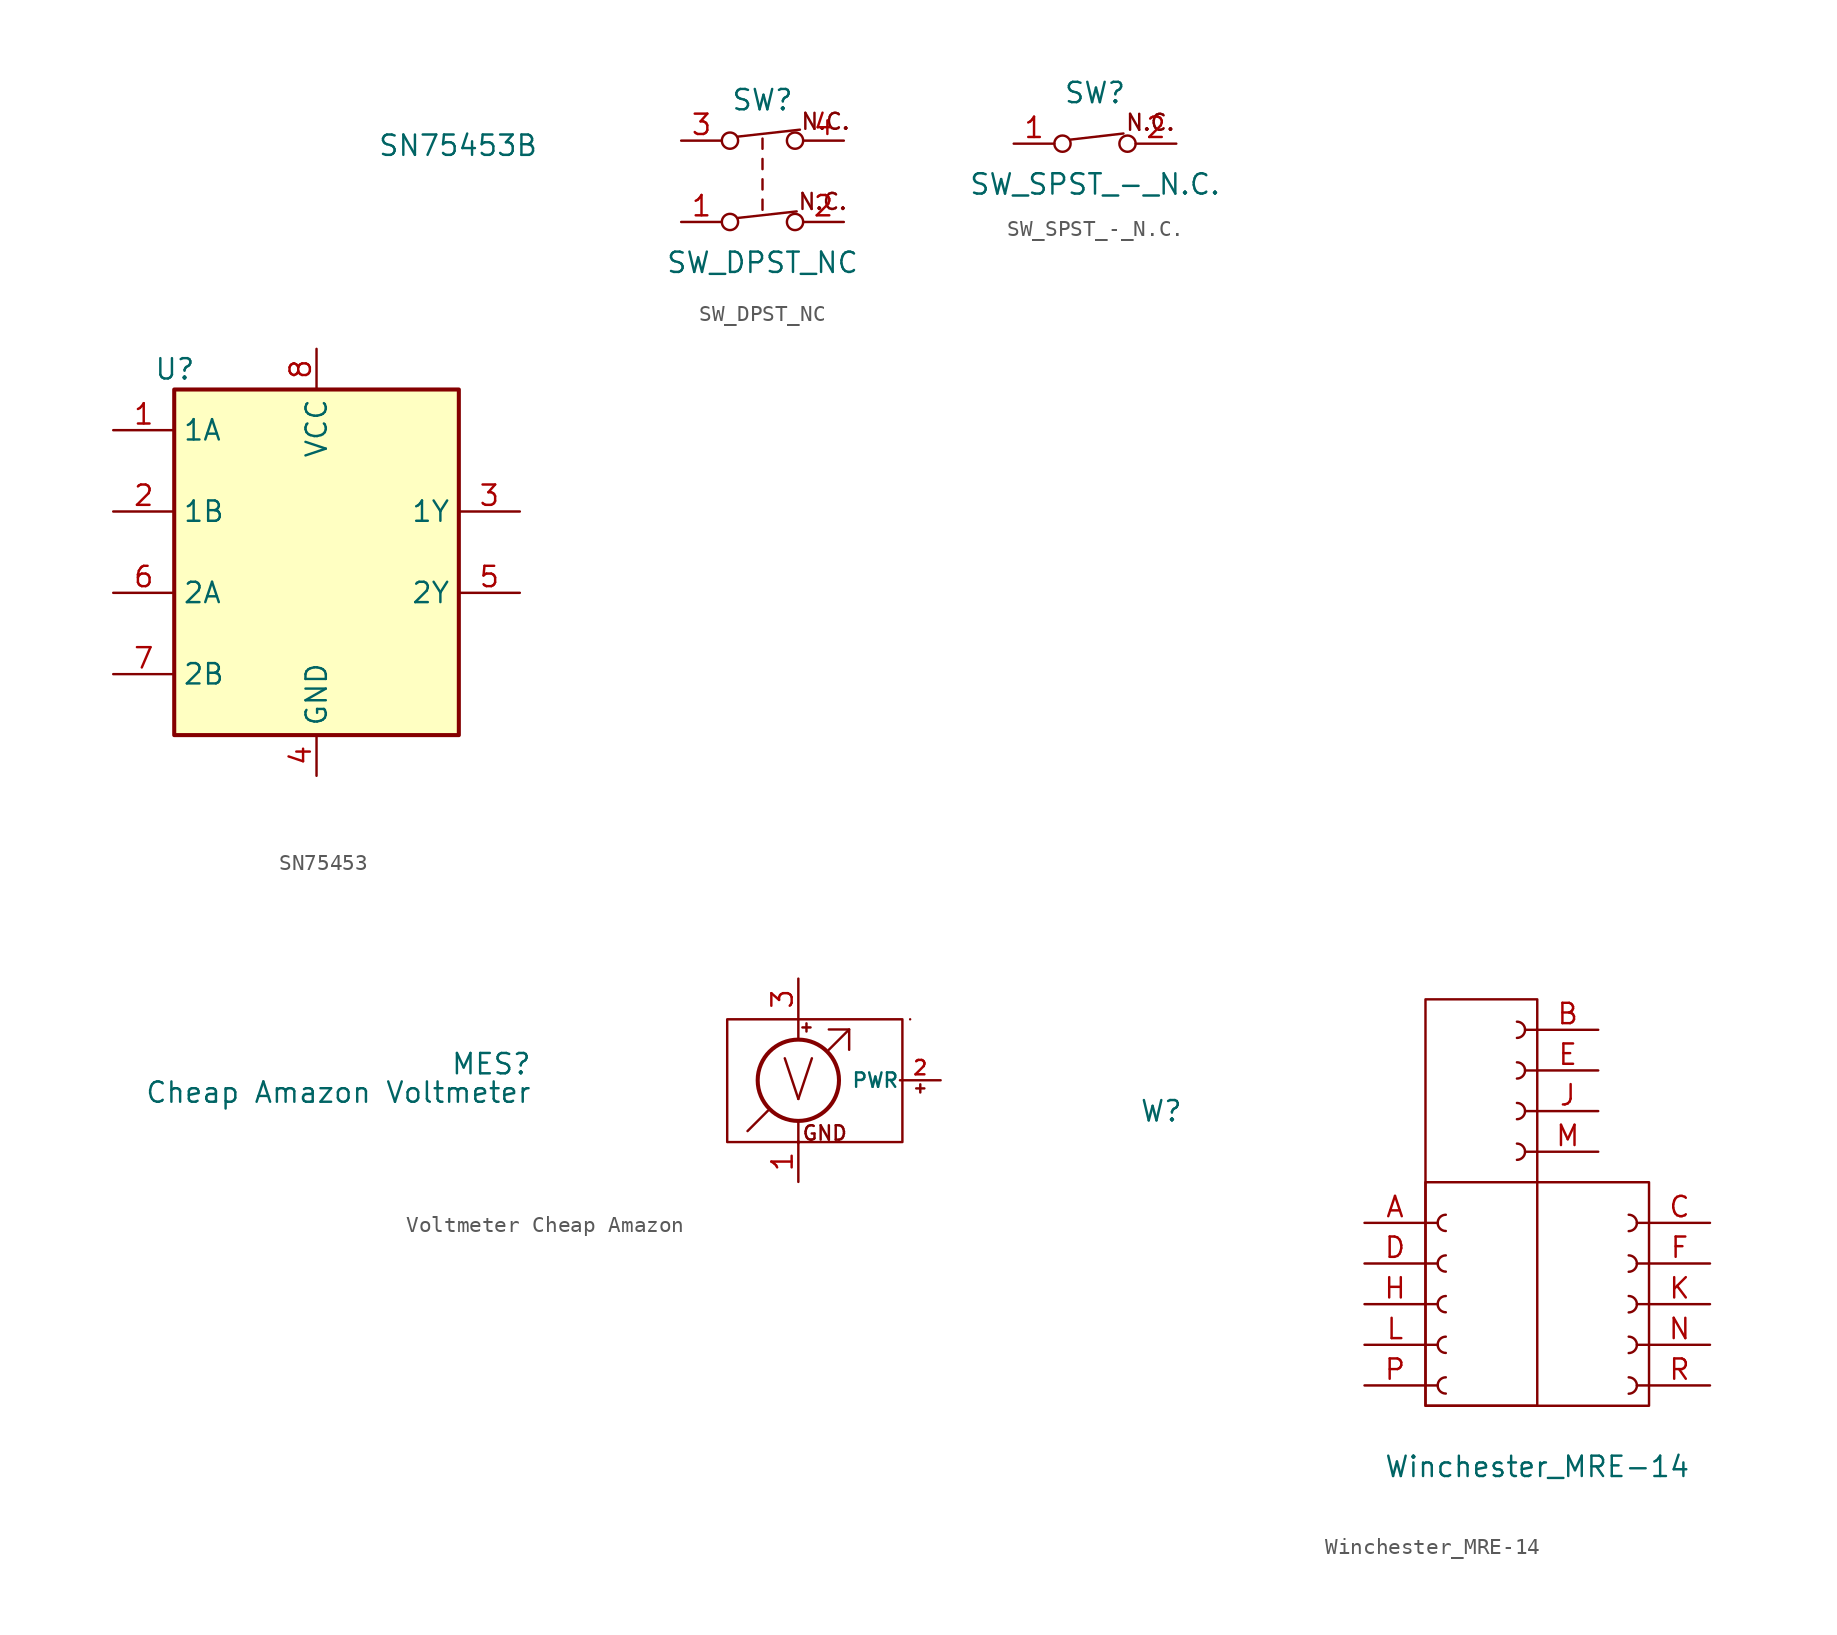
<source format=kicad_sym>
(kicad_symbol_lib
  (version 20220914)
  (generator kicad_symbol_editor)
  (symbol "SN75453"
    (property "Reference" "U"
      (at -10.16 8.89 0)
      (effects (font (size 1.27 1.27)) (justify left)))
    (property "Value" "SN75453B"
      (at 3.81 22.86 0)
      (effects (font (size 1.27 1.27)) (justify left)))
    (symbol "SN75453_0_0"
      (pin power_in line (at 0 -16.51 90) (length 2.54) (name "GND" (effects (font (size 1.27 1.27)))) (number "4" (effects (font (size 1.27 1.27)))))
      (pin power_in line (at 0 10.16 270) (length 2.54) (name "VCC" (effects (font (size 1.27 1.27)))) (number "8" (effects (font (size 1.27 1.27))))))
    (symbol "SN75453_0_1"
      (rectangle (start -8.89 7.62) (end 8.89 -13.97) (stroke (width 0.254) (type default)) (fill (type background))))
    (symbol "SN75453_1_1"
      (pin input line (at -12.7 5.08 0) (length 3.81) (name "1A" (effects (font (size 1.27 1.27)))) (number "1" (effects (font (size 1.27 1.27)))))
      (pin input line (at -12.7 0 0) (length 3.81) (name "1B" (effects (font (size 1.27 1.27)))) (number "2" (effects (font (size 1.27 1.27)))))
      (pin output line (at 12.7 0 180) (length 3.81) (name "1Y" (effects (font (size 1.27 1.27)))) (number "3" (effects (font (size 1.27 1.27)))))
      (pin output line (at 12.7 -5.08 180) (length 3.81) (name "2Y" (effects (font (size 1.27 1.27)))) (number "5" (effects (font (size 1.27 1.27)))))
      (pin input line (at -12.7 -5.08 0) (length 3.81) (name "2A" (effects (font (size 1.27 1.27)))) (number "6" (effects (font (size 1.27 1.27)))))
      (pin input line (at -12.7 -10.16 0) (length 3.81) (name "2B" (effects (font (size 1.27 1.27)))) (number "7" (effects (font (size 1.27 1.27)))))))
  (symbol "SW_DPST_NC"
    (pin_names
      (offset 0) hide)
    (property "Reference" "SW"
      (at 0 5.08 0)
      (effects (font (size 1.27 1.27))))
    (property "Value" "SW_DPST_NC"
      (at 0 -5.08 0)
      (effects (font (size 1.27 1.27))))
    (symbol "SW_DPST_NC_0_0"
      (circle (center -2.032 -2.54) (radius 0.508) (stroke (width 0) (type default)) (fill (type none)))
      (circle (center -2.032 2.54) (radius 0.508) (stroke (width 0) (type default)) (fill (type none)))
      (polyline (pts (xy -1.524 -2.286) (xy 2.134 -1.88)) (stroke (width 0) (type default)) (fill (type none)))
      (polyline (pts (xy -1.524 2.794) (xy 2.337 3.226)) (stroke (width 0) (type default)) (fill (type none)))
      (polyline (pts (xy 0 -1.778) (xy 0 -1.143)) (stroke (width 0) (type default)) (fill (type none)))
      (polyline (pts (xy 0 -0.508) (xy 0 0.127)) (stroke (width 0) (type default)) (fill (type none)))
      (polyline (pts (xy 0 0.762) (xy 0 1.397)) (stroke (width 0) (type default)) (fill (type none)))
      (polyline (pts (xy 0 2.032) (xy 0 2.667)) (stroke (width 0) (type default)) (fill (type none)))
      (circle (center 2.032 -2.54) (radius 0.508) (stroke (width 0) (type default)) (fill (type none)))
      (circle (center 2.032 2.54) (radius 0.508) (stroke (width 0) (type default)) (fill (type none))))
    (symbol "SW_DPST_NC_1_1"
      (text "N.C.\n" (at 3.759 -1.27 0) (effects (font (size 1 1))))
      (text "N.C.\n" (at 3.937 3.734 0) (effects (font (size 1 1))))
      (pin passive line (at -5.08 -2.54 0) (length 2.54) (name "1" (effects (font (size 1.27 1.27)))) (number "1" (effects (font (size 1.27 1.27)))))
      (pin passive line (at 5.08 -2.54 180) (length 2.54) (name "2" (effects (font (size 1.27 1.27)))) (number "2" (effects (font (size 1.27 1.27)))))
      (pin passive line (at -5.08 2.54 0) (length 2.54) (name "3" (effects (font (size 1.27 1.27)))) (number "3" (effects (font (size 1.27 1.27)))))
      (pin passive line (at 5.08 2.54 180) (length 2.54) (name "4" (effects (font (size 1.27 1.27)))) (number "4" (effects (font (size 1.27 1.27)))))))
  (symbol "SW_SPST_-_N.C."
    (pin_names
      (offset 0) hide)
    (property "Reference" "SW"
      (at 0 3.175 0)
      (effects (font (size 1.27 1.27))))
    (property "Value" "SW_SPST_-_N.C."
      (at 0 -2.54 0)
      (effects (font (size 1.27 1.27))))
    (symbol "SW_SPST_-_N.C._0_0"
      (circle (center -2.032 0) (radius 0.508) (stroke (width 0) (type default)) (fill (type none)))
      (polyline (pts (xy -1.524 0.254) (xy 1.778 0.635)) (stroke (width 0) (type default)) (fill (type none)))
      (circle (center 2.032 0) (radius 0.508) (stroke (width 0) (type default)) (fill (type none))))
    (symbol "SW_SPST_-_N.C._1_1"
      (text "N.C.\n" (at 3.454 1.321 0) (effects (font (size 1 1))))
      (pin passive line (at -5.08 0 0) (length 2.54) (name "A" (effects (font (size 1.27 1.27)))) (number "1" (effects (font (size 1.27 1.27)))))
      (pin passive line (at 5.08 0 180) (length 2.54) (name "B" (effects (font (size 1.27 1.27)))) (number "2" (effects (font (size 1.27 1.27)))))))
  (symbol "Voltmeter Cheap Amazon"
    (pin_names
      (offset 0.025))
    (property "Reference" "MES"
      (at -12.192 1.016 0)
      (effects (font (size 1.27 1.27)) (justify right)))
    (property "Value" "Cheap Amazon Voltmeter"
      (at -12.192 -0.762 0)
      (effects (font (size 1.27 1.27)) (justify right)))
    (symbol "Voltmeter Cheap Amazon_0_0"
      (polyline (pts (xy 1.27 -3.175) (xy 2.54 -1.905)) (stroke (width 0) (type default)) (fill (type none)))
      (polyline (pts (xy 6.35 1.905) (xy 7.62 3.175)) (stroke (width 0) (type default)) (fill (type none)))
      (polyline (pts (xy 6.35 3.175) (xy 7.62 3.175) (xy 7.62 1.905)) (stroke (width 0) (type default)) (fill (type none)))
      (text "V" (at 4.445 0 0) (effects (font (size 2.54 2.54)))))
    (symbol "Voltmeter Cheap Amazon_0_1"
      (polyline (pts (xy 4.445 -3.937) (xy 4.445 -2.54)) (stroke (width 0) (type default)) (fill (type none)))
      (polyline (pts (xy 4.445 3.81) (xy 4.445 2.667)) (stroke (width 0) (type default)) (fill (type none)))
      (polyline (pts (xy 4.699 3.302) (xy 5.207 3.302)) (stroke (width 0) (type default)) (fill (type none)))
      (polyline (pts (xy 4.953 3.556) (xy 4.953 3.048)) (stroke (width 0) (type default)) (fill (type none)))
      (polyline (pts (xy 11.811 -0.508) (xy 12.319 -0.508)) (stroke (width 0) (type default)) (fill (type none)))
      (polyline (pts (xy 12.065 -0.254) (xy 12.065 -0.762)) (stroke (width 0) (type default)) (fill (type none)))
      (rectangle (start 0 3.81) (end 10.947 -3.861) (stroke (width 0) (type default)) (fill (type none)))
      (circle (center 4.445 0) (radius 2.54) (stroke (width 0.254) (type default)) (fill (type none)))
      (rectangle (start 11.43 3.81) (end 11.43 3.81) (stroke (width 0) (type default)) (fill (type none)))
      (text "GND" (at 6.096 -3.302 0) (effects (font (size 0.9 0.9)))))
    (symbol "Voltmeter Cheap Amazon_1_1"
      (pin power_in line (at 4.445 -6.35 90) (length 2.54) (name "" (effects (font (size 1.27 1.27)))) (number "1" (effects (font (size 1.27 1.27)))))
      (pin power_in line (at 13.335 0 180) (length 2.54) (name "PWR" (effects (font (size 0.9 0.9)))) (number "2" (effects (font (size 0.9 0.9)))))
      (pin power_in line (at 4.445 6.35 270) (length 2.54) (name "" (effects (font (size 1.27 1.27)))) (number "3" (effects (font (size 1.27 1.27)))))))
  (symbol "Winchester_MRE-14"
    (pin_names
      (offset 1.016) hide)
    (property "Reference" "W"
      (at -17.78 12.065 0)
      (effects (font (size 1.27 1.27))))
    (property "Value" "Winchester_MRE-14"
      (at 5.715 -10.16 0)
      (effects (font (size 1.27 1.27))))
    (symbol "Winchester_MRE-14_1_1"
      (rectangle (start -1.27 7.62) (end 12.7 -6.35) (stroke (width 0) (type default)) (fill (type none)))
      (rectangle (start -1.27 19.05) (end 5.715 -6.35) (stroke (width 0) (type default)) (fill (type none)))
      (arc (start 0 -4.572) (mid -0.5058 -5.08) (end 0 -5.588) (stroke (width 0.1524) (type default)) (fill (type none)))
      (arc (start 0 -2.032) (mid -0.5058 -2.54) (end 0 -3.048) (stroke (width 0.1524) (type default)) (fill (type none)))
      (polyline (pts (xy -1.27 -5.08) (xy -0.508 -5.08)) (stroke (width 0.152) (type default)) (fill (type none)))
      (polyline (pts (xy -1.27 -2.54) (xy -0.508 -2.54)) (stroke (width 0.152) (type default)) (fill (type none)))
      (polyline (pts (xy -1.27 0) (xy -0.508 0)) (stroke (width 0.152) (type default)) (fill (type none)))
      (polyline (pts (xy -1.27 2.54) (xy -0.508 2.54)) (stroke (width 0.152) (type default)) (fill (type none)))
      (polyline (pts (xy -1.27 5.08) (xy -0.508 5.08)) (stroke (width 0.152) (type default)) (fill (type none)))
      (polyline (pts (xy 5.715 9.525) (xy 4.953 9.525)) (stroke (width 0.152) (type default)) (fill (type none)))
      (polyline (pts (xy 5.715 12.065) (xy 4.953 12.065)) (stroke (width 0.152) (type default)) (fill (type none)))
      (polyline (pts (xy 5.715 14.605) (xy 4.953 14.605)) (stroke (width 0.152) (type default)) (fill (type none)))
      (polyline (pts (xy 5.715 17.145) (xy 4.953 17.145)) (stroke (width 0.152) (type default)) (fill (type none)))
      (polyline (pts (xy 12.7 -5.08) (xy 11.938 -5.08)) (stroke (width 0.152) (type default)) (fill (type none)))
      (polyline (pts (xy 12.7 -2.54) (xy 11.938 -2.54)) (stroke (width 0.152) (type default)) (fill (type none)))
      (polyline (pts (xy 12.7 0) (xy 11.938 0)) (stroke (width 0.152) (type default)) (fill (type none)))
      (polyline (pts (xy 12.7 2.54) (xy 11.938 2.54)) (stroke (width 0.152) (type default)) (fill (type none)))
      (polyline (pts (xy 12.7 5.08) (xy 11.938 5.08)) (stroke (width 0.152) (type default)) (fill (type none)))
      (arc (start 0 0.508) (mid -0.5058 0) (end 0 -0.508) (stroke (width 0.1524) (type default)) (fill (type none)))
      (arc (start 0 3.048) (mid -0.5058 2.54) (end 0 2.032) (stroke (width 0.1524) (type default)) (fill (type none)))
      (arc (start 0 5.588) (mid -0.5058 5.08) (end 0 4.572) (stroke (width 0.1524) (type default)) (fill (type none)))
      (arc (start 4.445 9.017) (mid 4.951 9.525) (end 4.445 10.033) (stroke (width 0.1524) (type default)) (fill (type none)))
      (arc (start 4.445 11.557) (mid 4.951 12.065) (end 4.445 12.573) (stroke (width 0.1524) (type default)) (fill (type none)))
      (arc (start 4.445 14.097) (mid 4.951 14.605) (end 4.445 15.113) (stroke (width 0.1524) (type default)) (fill (type none)))
      (arc (start 4.445 16.637) (mid 4.951 17.145) (end 4.445 17.653) (stroke (width 0.1524) (type default)) (fill (type none)))
      (arc (start 11.43 -5.588) (mid 11.9358 -5.08) (end 11.43 -4.572) (stroke (width 0.1524) (type default)) (fill (type none)))
      (arc (start 11.43 -3.048) (mid 11.9358 -2.54) (end 11.43 -2.032) (stroke (width 0.1524) (type default)) (fill (type none)))
      (arc (start 11.43 -0.508) (mid 11.9358 0) (end 11.43 0.508) (stroke (width 0.1524) (type default)) (fill (type none)))
      (arc (start 11.43 2.032) (mid 11.9358 2.54) (end 11.43 3.048) (stroke (width 0.1524) (type default)) (fill (type none)))
      (arc (start 11.43 4.572) (mid 11.9358 5.08) (end 11.43 5.588) (stroke (width 0.1524) (type default)) (fill (type none)))
      (pin passive line (at -5.08 5.08 0) (length 3.81) (name "Pin_1" (effects (font (size 1.27 1.27)))) (number "A" (effects (font (size 1.27 1.27)))))
      (pin passive line (at 9.525 17.145 180) (length 3.81) (name "Pin_4" (effects (font (size 1.27 1.27)))) (number "B" (effects (font (size 1.27 1.27)))))
      (pin passive line (at 16.51 5.08 180) (length 3.81) (name "Pin_5" (effects (font (size 1.27 1.27)))) (number "C" (effects (font (size 1.27 1.27)))))
      (pin passive line (at -5.08 2.54 0) (length 3.81) (name "Pin_2" (effects (font (size 1.27 1.27)))) (number "D" (effects (font (size 1.27 1.27)))))
      (pin passive line (at 9.525 14.605 180) (length 3.81) (name "Pin_3" (effects (font (size 1.27 1.27)))) (number "E" (effects (font (size 1.27 1.27)))))
      (pin passive line (at 16.51 2.54 180) (length 3.81) (name "Pin_4" (effects (font (size 1.27 1.27)))) (number "F" (effects (font (size 1.27 1.27)))))
      (pin passive line (at -5.08 0 0) (length 3.81) (name "Pin_3" (effects (font (size 1.27 1.27)))) (number "H" (effects (font (size 1.27 1.27)))))
      (pin passive line (at 9.525 12.065 180) (length 3.81) (name "Pin_2" (effects (font (size 1.27 1.27)))) (number "J" (effects (font (size 1.27 1.27)))))
      (pin passive line (at 16.51 0 180) (length 3.81) (name "Pin_3" (effects (font (size 1.27 1.27)))) (number "K" (effects (font (size 1.27 1.27)))))
      (pin passive line (at -5.08 -2.54 0) (length 3.81) (name "Pin_4" (effects (font (size 1.27 1.27)))) (number "L" (effects (font (size 1.27 1.27)))))
      (pin passive line (at 9.525 9.525 180) (length 3.81) (name "Pin_1" (effects (font (size 1.27 1.27)))) (number "M" (effects (font (size 1.27 1.27)))))
      (pin passive line (at 16.51 -2.54 180) (length 3.81) (name "Pin_2" (effects (font (size 1.27 1.27)))) (number "N" (effects (font (size 1.27 1.27)))))
      (pin passive line (at -5.08 -5.08 0) (length 3.81) (name "Pin_5" (effects (font (size 1.27 1.27)))) (number "P" (effects (font (size 1.27 1.27)))))
      (pin passive line (at 16.51 -5.08 180) (length 3.81) (name "Pin_1" (effects (font (size 1.27 1.27)))) (number "R" (effects (font (size 1.27 1.27))))))))
</source>
